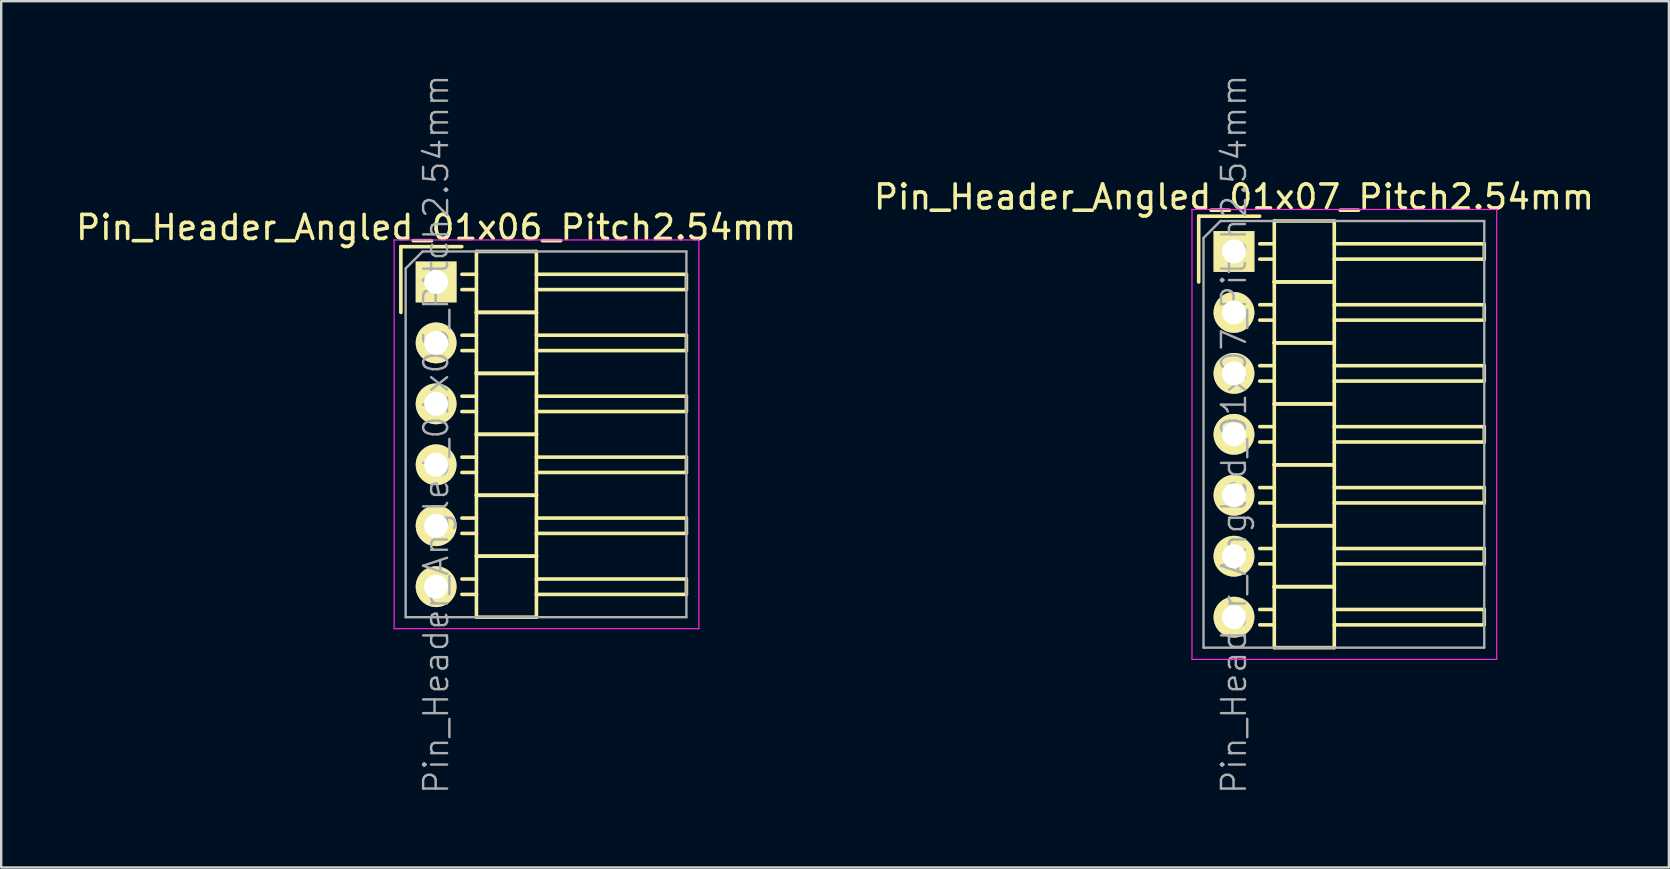
<source format=kicad_pcb>
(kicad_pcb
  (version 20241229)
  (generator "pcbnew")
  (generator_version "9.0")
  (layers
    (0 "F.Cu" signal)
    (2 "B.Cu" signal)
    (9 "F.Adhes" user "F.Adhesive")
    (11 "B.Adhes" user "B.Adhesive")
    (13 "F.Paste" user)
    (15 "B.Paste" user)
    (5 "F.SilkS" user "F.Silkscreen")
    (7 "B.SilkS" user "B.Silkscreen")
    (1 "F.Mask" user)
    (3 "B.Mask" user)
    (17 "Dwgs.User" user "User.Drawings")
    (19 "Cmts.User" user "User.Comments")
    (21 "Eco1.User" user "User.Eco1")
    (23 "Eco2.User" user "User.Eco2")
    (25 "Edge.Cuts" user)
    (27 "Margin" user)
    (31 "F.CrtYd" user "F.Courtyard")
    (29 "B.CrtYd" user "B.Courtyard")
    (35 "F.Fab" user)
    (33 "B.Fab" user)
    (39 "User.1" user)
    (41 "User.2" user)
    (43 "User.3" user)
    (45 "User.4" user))
  (footprint "Pin_Header_Angled_01x06_Pitch2.54mm"
    (layer "F.Cu")
    (at 15.125 8.7)
    (property "Reference" "Pin_Header_Angled_01x06_Pitch2.54mm" (at 0 -2.27 0) (layer "F.SilkS") (effects (font (size 1 1) (thickness 0.15))))
    (attr smd)
    (fp_line (start -1.47 -1.47) (end -1.47 1.27) (stroke (width 0.15) (type solid)) (layer "F.SilkS"))
    (fp_line (start -1.47 -1.47) (end 1.07 -1.47) (stroke (width 0.15) (type solid)) (layer "F.SilkS"))
    (fp_line (start 1.68 -0.32) (end 1.075 -0.32) (stroke (width 0.15) (type solid)) (layer "F.SilkS"))
    (fp_line (start 1.68 0.32) (end 1.075 0.32) (stroke (width 0.15) (type solid)) (layer "F.SilkS"))
    (fp_line (start 1.68 1.27) (end 1.68 -1.27) (stroke (width 0.15) (type solid)) (layer "F.SilkS"))
    (fp_line (start 1.68 2.22) (end 1.075 2.22) (stroke (width 0.15) (type solid)) (layer "F.SilkS"))
    (fp_line (start 1.68 2.86) (end 1.075 2.86) (stroke (width 0.15) (type solid)) (layer "F.SilkS"))
    (fp_line (start 1.68 3.81) (end 1.68 1.27) (stroke (width 0.15) (type solid)) (layer "F.SilkS"))
    (fp_line (start 1.68 4.76) (end 1.075 4.76) (stroke (width 0.15) (type solid)) (layer "F.SilkS"))
    (fp_line (start 1.68 5.4) (end 1.075 5.4) (stroke (width 0.15) (type solid)) (layer "F.SilkS"))
    (fp_line (start 1.68 6.35) (end 1.68 3.81) (stroke (width 0.15) (type solid)) (layer "F.SilkS"))
    (fp_line (start 1.68 7.3) (end 1.075 7.3) (stroke (width 0.15) (type solid)) (layer "F.SilkS"))
    (fp_line (start 1.68 7.94) (end 1.075 7.94) (stroke (width 0.15) (type solid)) (layer "F.SilkS"))
    (fp_line (start 1.68 8.89) (end 1.68 6.35) (stroke (width 0.15) (type solid)) (layer "F.SilkS"))
    (fp_line (start 1.68 9.84) (end 1.075 9.84) (stroke (width 0.15) (type solid)) (layer "F.SilkS"))
    (fp_line (start 1.68 10.48) (end 1.075 10.48) (stroke (width 0.15) (type solid)) (layer "F.SilkS"))
    (fp_line (start 1.68 11.43) (end 1.68 8.89) (stroke (width 0.15) (type solid)) (layer "F.SilkS"))
    (fp_line (start 1.68 12.38) (end 1.075 12.38) (stroke (width 0.15) (type solid)) (layer "F.SilkS"))
    (fp_line (start 1.68 13.02) (end 1.075 13.02) (stroke (width 0.15) (type solid)) (layer "F.SilkS"))
    (fp_line (start 1.68 13.97) (end 1.68 11.43) (stroke (width 0.15) (type solid)) (layer "F.SilkS"))
    (fp_line (start 4.18 -1.27) (end 1.68 -1.27) (stroke (width 0.15) (type solid)) (layer "F.SilkS"))
    (fp_line (start 4.18 -0.32) (end 10.43 -0.32) (stroke (width 0.15) (type solid)) (layer "F.SilkS"))
    (fp_line (start 4.18 0.32) (end 10.43 0.32) (stroke (width 0.15) (type solid)) (layer "F.SilkS"))
    (fp_line (start 4.18 1.27) (end 1.68 1.27) (stroke (width 0.15) (type solid)) (layer "F.SilkS"))
    (fp_line (start 4.18 1.27) (end 1.68 1.27) (stroke (width 0.15) (type solid)) (layer "F.SilkS"))
    (fp_line (start 4.18 1.27) (end 4.18 -1.27) (stroke (width 0.15) (type solid)) (layer "F.SilkS"))
    (fp_line (start 4.18 2.22) (end 10.43 2.22) (stroke (width 0.15) (type solid)) (layer "F.SilkS"))
    (fp_line (start 4.18 2.86) (end 10.43 2.86) (stroke (width 0.15) (type solid)) (layer "F.SilkS"))
    (fp_line (start 4.18 3.81) (end 1.68 3.81) (stroke (width 0.15) (type solid)) (layer "F.SilkS"))
    (fp_line (start 4.18 3.81) (end 1.68 3.81) (stroke (width 0.15) (type solid)) (layer "F.SilkS"))
    (fp_line (start 4.18 3.81) (end 4.18 1.27) (stroke (width 0.15) (type solid)) (layer "F.SilkS"))
    (fp_line (start 4.18 4.76) (end 10.43 4.76) (stroke (width 0.15) (type solid)) (layer "F.SilkS"))
    (fp_line (start 4.18 5.4) (end 10.43 5.4) (stroke (width 0.15) (type solid)) (layer "F.SilkS"))
    (fp_line (start 4.18 6.35) (end 1.68 6.35) (stroke (width 0.15) (type solid)) (layer "F.SilkS"))
    (fp_line (start 4.18 6.35) (end 1.68 6.35) (stroke (width 0.15) (type solid)) (layer "F.SilkS"))
    (fp_line (start 4.18 6.35) (end 4.18 3.81) (stroke (width 0.15) (type solid)) (layer "F.SilkS"))
    (fp_line (start 4.18 7.3) (end 10.43 7.3) (stroke (width 0.15) (type solid)) (layer "F.SilkS"))
    (fp_line (start 4.18 7.94) (end 10.43 7.94) (stroke (width 0.15) (type solid)) (layer "F.SilkS"))
    (fp_line (start 4.18 8.89) (end 1.68 8.89) (stroke (width 0.15) (type solid)) (layer "F.SilkS"))
    (fp_line (start 4.18 8.89) (end 1.68 8.89) (stroke (width 0.15) (type solid)) (layer "F.SilkS"))
    (fp_line (start 4.18 8.89) (end 4.18 6.35) (stroke (width 0.15) (type solid)) (layer "F.SilkS"))
    (fp_line (start 4.18 9.84) (end 10.43 9.84) (stroke (width 0.15) (type solid)) (layer "F.SilkS"))
    (fp_line (start 4.18 10.48) (end 10.43 10.48) (stroke (width 0.15) (type solid)) (layer "F.SilkS"))
    (fp_line (start 4.18 11.43) (end 1.68 11.43) (stroke (width 0.15) (type solid)) (layer "F.SilkS"))
    (fp_line (start 4.18 11.43) (end 1.68 11.43) (stroke (width 0.15) (type solid)) (layer "F.SilkS"))
    (fp_line (start 4.18 11.43) (end 4.18 8.89) (stroke (width 0.15) (type solid)) (layer "F.SilkS"))
    (fp_line (start 4.18 12.38) (end 10.43 12.38) (stroke (width 0.15) (type solid)) (layer "F.SilkS"))
    (fp_line (start 4.18 13.02) (end 10.43 13.02) (stroke (width 0.15) (type solid)) (layer "F.SilkS"))
    (fp_line (start 4.18 13.97) (end 1.68 13.97) (stroke (width 0.15) (type solid)) (layer "F.SilkS"))
    (fp_line (start 4.18 13.97) (end 4.18 11.43) (stroke (width 0.15) (type solid)) (layer "F.SilkS"))
    (fp_line (start 10.43 0.32) (end 10.43 -0.32) (stroke (width 0.15) (type solid)) (layer "F.SilkS"))
    (fp_line (start 10.43 2.86) (end 10.43 2.22) (stroke (width 0.15) (type solid)) (layer "F.SilkS"))
    (fp_line (start 10.43 5.4) (end 10.43 4.76) (stroke (width 0.15) (type solid)) (layer "F.SilkS"))
    (fp_line (start 10.43 7.94) (end 10.43 7.3) (stroke (width 0.15) (type solid)) (layer "F.SilkS"))
    (fp_line (start 10.43 10.48) (end 10.43 9.84) (stroke (width 0.15) (type solid)) (layer "F.SilkS"))
    (fp_line (start 10.43 13.02) (end 10.43 12.38) (stroke (width 0.15) (type solid)) (layer "F.SilkS"))
    (fp_line (start -1.75 -1.75) (end -1.75 14.45) (stroke (width 0.05) (type solid)) (layer "F.CrtYd"))
    (fp_line (start 10.95 -1.75) (end -1.75 -1.75) (stroke (width 0.05) (type solid)) (layer "F.CrtYd"))
    (fp_line (start 10.95 -1.75) (end 10.95 14.45) (stroke (width 0.05) (type solid)) (layer "F.CrtYd"))
    (fp_line (start 10.95 14.45) (end -1.75 14.45) (stroke (width 0.05) (type solid)) (layer "F.CrtYd"))
    (fp_line (start -1.27 -0.563) (end -0.563 -1.27) (stroke (width 0.1) (type solid)) (layer "F.Fab"))
    (fp_line (start -1.27 13.97) (end -1.27 -0.563) (stroke (width 0.1) (type solid)) (layer "F.Fab"))
    (fp_line (start 10.43 -1.27) (end -0.563 -1.27) (stroke (width 0.1) (type solid)) (layer "F.Fab"))
    (fp_line (start 10.43 13.97) (end -1.27 13.97) (stroke (width 0.1) (type solid)) (layer "F.Fab"))
    (fp_line (start 10.43 13.97) (end 10.43 -1.27) (stroke (width 0.1) (type solid)) (layer "F.Fab"))
    (fp_text user "${REFERENCE}" (at 0 6.35 90) (layer "F.Fab") (effects (font (size 1 1) (thickness 0.1))))
    (pad "1" thru_hole rect (at 0 0) (size 1.7 1.7) (drill 1) (layers "*.Cu" "*.Mask" "F.SilkS"))
    (pad "2" thru_hole oval (at 0 2.54) (size 1.7 1.7) (drill 1) (layers "*.Cu" "*.Mask" "F.SilkS"))
    (pad "3" thru_hole oval (at 0 5.08) (size 1.7 1.7) (drill 1) (layers "*.Cu" "*.Mask" "F.SilkS"))
    (pad "4" thru_hole oval (at 0 7.62) (size 1.7 1.7) (drill 1) (layers "*.Cu" "*.Mask" "F.SilkS"))
    (pad "5" thru_hole oval (at 0 10.16) (size 1.7 1.7) (drill 1) (layers "*.Cu" "*.Mask" "F.SilkS"))
    (pad "6" thru_hole oval (at 0 12.7) (size 1.7 1.7) (drill 1) (layers "*.Cu" "*.Mask" "F.SilkS")))
  (footprint "Pin_Header_Angled_01x07_Pitch2.54mm"
    (layer "F.Cu")
    (at 48.375 7.43)
    (property "Reference" "Pin_Header_Angled_01x07_Pitch2.54mm" (at 0 -2.27 0) (layer "F.SilkS") (effects (font (size 1 1) (thickness 0.15))))
    (attr smd)
    (fp_line (start -1.47 -1.47) (end -1.47 1.27) (stroke (width 0.15) (type solid)) (layer "F.SilkS"))
    (fp_line (start -1.47 -1.47) (end 1.07 -1.47) (stroke (width 0.15) (type solid)) (layer "F.SilkS"))
    (fp_line (start 1.68 -0.32) (end 1.075 -0.32) (stroke (width 0.15) (type solid)) (layer "F.SilkS"))
    (fp_line (start 1.68 0.32) (end 1.075 0.32) (stroke (width 0.15) (type solid)) (layer "F.SilkS"))
    (fp_line (start 1.68 1.27) (end 1.68 -1.27) (stroke (width 0.15) (type solid)) (layer "F.SilkS"))
    (fp_line (start 1.68 2.22) (end 1.075 2.22) (stroke (width 0.15) (type solid)) (layer "F.SilkS"))
    (fp_line (start 1.68 2.86) (end 1.075 2.86) (stroke (width 0.15) (type solid)) (layer "F.SilkS"))
    (fp_line (start 1.68 3.81) (end 1.68 1.27) (stroke (width 0.15) (type solid)) (layer "F.SilkS"))
    (fp_line (start 1.68 4.76) (end 1.075 4.76) (stroke (width 0.15) (type solid)) (layer "F.SilkS"))
    (fp_line (start 1.68 5.4) (end 1.075 5.4) (stroke (width 0.15) (type solid)) (layer "F.SilkS"))
    (fp_line (start 1.68 6.35) (end 1.68 3.81) (stroke (width 0.15) (type solid)) (layer "F.SilkS"))
    (fp_line (start 1.68 7.3) (end 1.075 7.3) (stroke (width 0.15) (type solid)) (layer "F.SilkS"))
    (fp_line (start 1.68 7.94) (end 1.075 7.94) (stroke (width 0.15) (type solid)) (layer "F.SilkS"))
    (fp_line (start 1.68 8.89) (end 1.68 6.35) (stroke (width 0.15) (type solid)) (layer "F.SilkS"))
    (fp_line (start 1.68 9.84) (end 1.075 9.84) (stroke (width 0.15) (type solid)) (layer "F.SilkS"))
    (fp_line (start 1.68 10.48) (end 1.075 10.48) (stroke (width 0.15) (type solid)) (layer "F.SilkS"))
    (fp_line (start 1.68 11.43) (end 1.68 8.89) (stroke (width 0.15) (type solid)) (layer "F.SilkS"))
    (fp_line (start 1.68 12.38) (end 1.075 12.38) (stroke (width 0.15) (type solid)) (layer "F.SilkS"))
    (fp_line (start 1.68 13.02) (end 1.075 13.02) (stroke (width 0.15) (type solid)) (layer "F.SilkS"))
    (fp_line (start 1.68 13.97) (end 1.68 11.43) (stroke (width 0.15) (type solid)) (layer "F.SilkS"))
    (fp_line (start 1.68 14.92) (end 1.075 14.92) (stroke (width 0.15) (type solid)) (layer "F.SilkS"))
    (fp_line (start 1.68 15.56) (end 1.075 15.56) (stroke (width 0.15) (type solid)) (layer "F.SilkS"))
    (fp_line (start 1.68 16.51) (end 1.68 13.97) (stroke (width 0.15) (type solid)) (layer "F.SilkS"))
    (fp_line (start 4.18 -1.27) (end 1.68 -1.27) (stroke (width 0.15) (type solid)) (layer "F.SilkS"))
    (fp_line (start 4.18 -0.32) (end 10.43 -0.32) (stroke (width 0.15) (type solid)) (layer "F.SilkS"))
    (fp_line (start 4.18 0.32) (end 10.43 0.32) (stroke (width 0.15) (type solid)) (layer "F.SilkS"))
    (fp_line (start 4.18 1.27) (end 1.68 1.27) (stroke (width 0.15) (type solid)) (layer "F.SilkS"))
    (fp_line (start 4.18 1.27) (end 1.68 1.27) (stroke (width 0.15) (type solid)) (layer "F.SilkS"))
    (fp_line (start 4.18 1.27) (end 4.18 -1.27) (stroke (width 0.15) (type solid)) (layer "F.SilkS"))
    (fp_line (start 4.18 2.22) (end 10.43 2.22) (stroke (width 0.15) (type solid)) (layer "F.SilkS"))
    (fp_line (start 4.18 2.86) (end 10.43 2.86) (stroke (width 0.15) (type solid)) (layer "F.SilkS"))
    (fp_line (start 4.18 3.81) (end 1.68 3.81) (stroke (width 0.15) (type solid)) (layer "F.SilkS"))
    (fp_line (start 4.18 3.81) (end 1.68 3.81) (stroke (width 0.15) (type solid)) (layer "F.SilkS"))
    (fp_line (start 4.18 3.81) (end 4.18 1.27) (stroke (width 0.15) (type solid)) (layer "F.SilkS"))
    (fp_line (start 4.18 4.76) (end 10.43 4.76) (stroke (width 0.15) (type solid)) (layer "F.SilkS"))
    (fp_line (start 4.18 5.4) (end 10.43 5.4) (stroke (width 0.15) (type solid)) (layer "F.SilkS"))
    (fp_line (start 4.18 6.35) (end 1.68 6.35) (stroke (width 0.15) (type solid)) (layer "F.SilkS"))
    (fp_line (start 4.18 6.35) (end 1.68 6.35) (stroke (width 0.15) (type solid)) (layer "F.SilkS"))
    (fp_line (start 4.18 6.35) (end 4.18 3.81) (stroke (width 0.15) (type solid)) (layer "F.SilkS"))
    (fp_line (start 4.18 7.3) (end 10.43 7.3) (stroke (width 0.15) (type solid)) (layer "F.SilkS"))
    (fp_line (start 4.18 7.94) (end 10.43 7.94) (stroke (width 0.15) (type solid)) (layer "F.SilkS"))
    (fp_line (start 4.18 8.89) (end 1.68 8.89) (stroke (width 0.15) (type solid)) (layer "F.SilkS"))
    (fp_line (start 4.18 8.89) (end 1.68 8.89) (stroke (width 0.15) (type solid)) (layer "F.SilkS"))
    (fp_line (start 4.18 8.89) (end 4.18 6.35) (stroke (width 0.15) (type solid)) (layer "F.SilkS"))
    (fp_line (start 4.18 9.84) (end 10.43 9.84) (stroke (width 0.15) (type solid)) (layer "F.SilkS"))
    (fp_line (start 4.18 10.48) (end 10.43 10.48) (stroke (width 0.15) (type solid)) (layer "F.SilkS"))
    (fp_line (start 4.18 11.43) (end 1.68 11.43) (stroke (width 0.15) (type solid)) (layer "F.SilkS"))
    (fp_line (start 4.18 11.43) (end 1.68 11.43) (stroke (width 0.15) (type solid)) (layer "F.SilkS"))
    (fp_line (start 4.18 11.43) (end 4.18 8.89) (stroke (width 0.15) (type solid)) (layer "F.SilkS"))
    (fp_line (start 4.18 12.38) (end 10.43 12.38) (stroke (width 0.15) (type solid)) (layer "F.SilkS"))
    (fp_line (start 4.18 13.02) (end 10.43 13.02) (stroke (width 0.15) (type solid)) (layer "F.SilkS"))
    (fp_line (start 4.18 13.97) (end 1.68 13.97) (stroke (width 0.15) (type solid)) (layer "F.SilkS"))
    (fp_line (start 4.18 13.97) (end 1.68 13.97) (stroke (width 0.15) (type solid)) (layer "F.SilkS"))
    (fp_line (start 4.18 13.97) (end 4.18 11.43) (stroke (width 0.15) (type solid)) (layer "F.SilkS"))
    (fp_line (start 4.18 14.92) (end 10.43 14.92) (stroke (width 0.15) (type solid)) (layer "F.SilkS"))
    (fp_line (start 4.18 15.56) (end 10.43 15.56) (stroke (width 0.15) (type solid)) (layer "F.SilkS"))
    (fp_line (start 4.18 16.51) (end 1.68 16.51) (stroke (width 0.15) (type solid)) (layer "F.SilkS"))
    (fp_line (start 4.18 16.51) (end 4.18 13.97) (stroke (width 0.15) (type solid)) (layer "F.SilkS"))
    (fp_line (start 10.43 0.32) (end 10.43 -0.32) (stroke (width 0.15) (type solid)) (layer "F.SilkS"))
    (fp_line (start 10.43 2.86) (end 10.43 2.22) (stroke (width 0.15) (type solid)) (layer "F.SilkS"))
    (fp_line (start 10.43 5.4) (end 10.43 4.76) (stroke (width 0.15) (type solid)) (layer "F.SilkS"))
    (fp_line (start 10.43 7.94) (end 10.43 7.3) (stroke (width 0.15) (type solid)) (layer "F.SilkS"))
    (fp_line (start 10.43 10.48) (end 10.43 9.84) (stroke (width 0.15) (type solid)) (layer "F.SilkS"))
    (fp_line (start 10.43 13.02) (end 10.43 12.38) (stroke (width 0.15) (type solid)) (layer "F.SilkS"))
    (fp_line (start 10.43 15.56) (end 10.43 14.92) (stroke (width 0.15) (type solid)) (layer "F.SilkS"))
    (fp_line (start -1.75 -1.75) (end -1.75 17) (stroke (width 0.05) (type solid)) (layer "F.CrtYd"))
    (fp_line (start 10.95 -1.75) (end -1.75 -1.75) (stroke (width 0.05) (type solid)) (layer "F.CrtYd"))
    (fp_line (start 10.95 -1.75) (end 10.95 17) (stroke (width 0.05) (type solid)) (layer "F.CrtYd"))
    (fp_line (start 10.95 17) (end -1.75 17) (stroke (width 0.05) (type solid)) (layer "F.CrtYd"))
    (fp_line (start -1.27 -0.563) (end -0.563 -1.27) (stroke (width 0.1) (type solid)) (layer "F.Fab"))
    (fp_line (start -1.27 16.51) (end -1.27 -0.563) (stroke (width 0.1) (type solid)) (layer "F.Fab"))
    (fp_line (start 10.43 -1.27) (end -0.563 -1.27) (stroke (width 0.1) (type solid)) (layer "F.Fab"))
    (fp_line (start 10.43 16.51) (end -1.27 16.51) (stroke (width 0.1) (type solid)) (layer "F.Fab"))
    (fp_line (start 10.43 16.51) (end 10.43 -1.27) (stroke (width 0.1) (type solid)) (layer "F.Fab"))
    (fp_text user "${REFERENCE}" (at 0 7.62 90) (layer "F.Fab") (effects (font (size 1 1) (thickness 0.1))))
    (pad "1" thru_hole rect (at 0 0) (size 1.7 1.7) (drill 1) (layers "*.Cu" "*.Mask" "F.SilkS"))
    (pad "2" thru_hole oval (at 0 2.54) (size 1.7 1.7) (drill 1) (layers "*.Cu" "*.Mask" "F.SilkS"))
    (pad "3" thru_hole oval (at 0 5.08) (size 1.7 1.7) (drill 1) (layers "*.Cu" "*.Mask" "F.SilkS"))
    (pad "4" thru_hole oval (at 0 7.62) (size 1.7 1.7) (drill 1) (layers "*.Cu" "*.Mask" "F.SilkS"))
    (pad "5" thru_hole oval (at 0 10.16) (size 1.7 1.7) (drill 1) (layers "*.Cu" "*.Mask" "F.SilkS"))
    (pad "6" thru_hole oval (at 0 12.7) (size 1.7 1.7) (drill 1) (layers "*.Cu" "*.Mask" "F.SilkS"))
    (pad "7" thru_hole oval (at 0 15.24) (size 1.7 1.7) (drill 1) (layers "*.Cu" "*.Mask" "F.SilkS")))
  (gr_rect
    (start -3 -3)
    (end 66.5 33.1)
    (stroke (width 0.1) (type default))
    (fill no)
    (layer "Edge.Cuts")))
</source>
